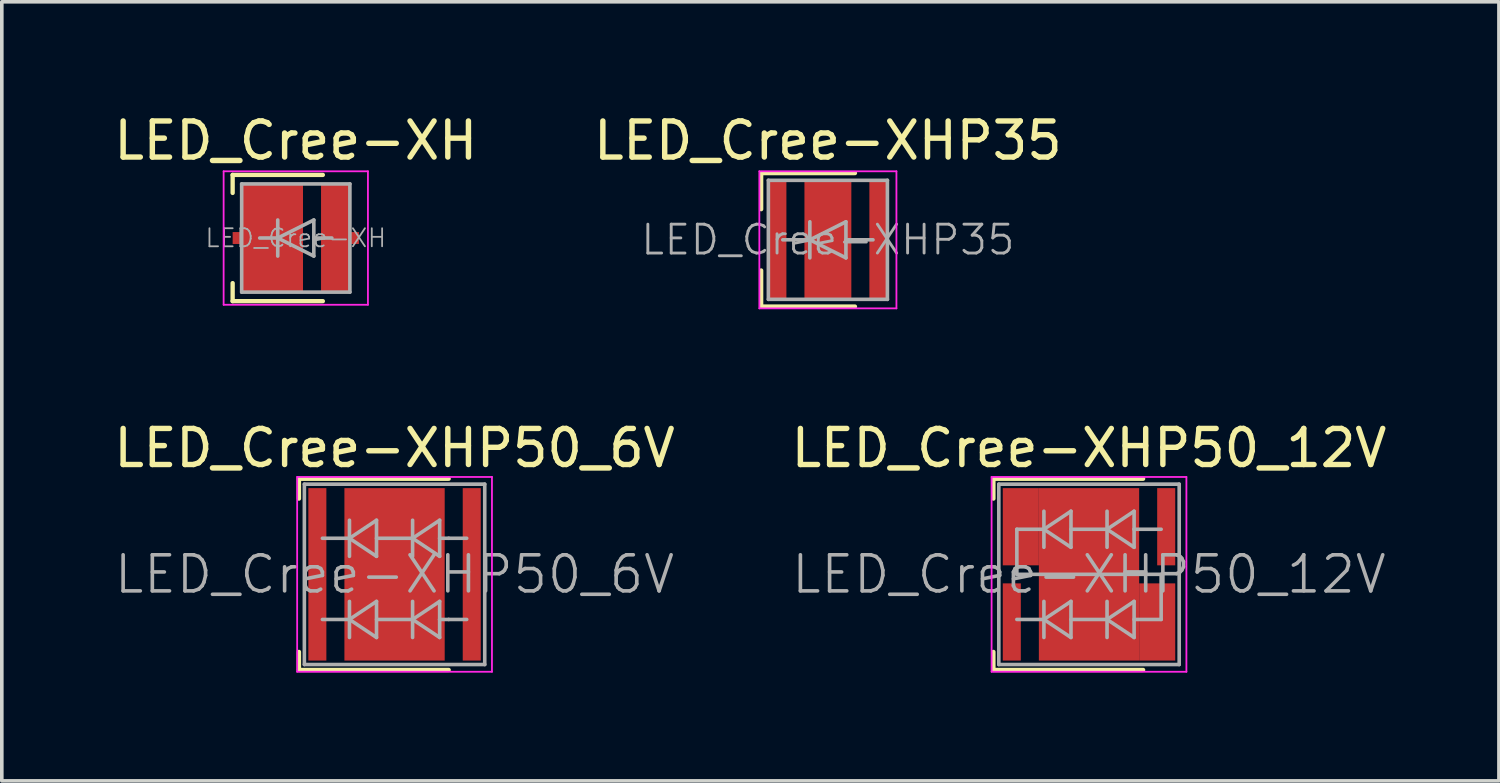
<source format=kicad_pcb>
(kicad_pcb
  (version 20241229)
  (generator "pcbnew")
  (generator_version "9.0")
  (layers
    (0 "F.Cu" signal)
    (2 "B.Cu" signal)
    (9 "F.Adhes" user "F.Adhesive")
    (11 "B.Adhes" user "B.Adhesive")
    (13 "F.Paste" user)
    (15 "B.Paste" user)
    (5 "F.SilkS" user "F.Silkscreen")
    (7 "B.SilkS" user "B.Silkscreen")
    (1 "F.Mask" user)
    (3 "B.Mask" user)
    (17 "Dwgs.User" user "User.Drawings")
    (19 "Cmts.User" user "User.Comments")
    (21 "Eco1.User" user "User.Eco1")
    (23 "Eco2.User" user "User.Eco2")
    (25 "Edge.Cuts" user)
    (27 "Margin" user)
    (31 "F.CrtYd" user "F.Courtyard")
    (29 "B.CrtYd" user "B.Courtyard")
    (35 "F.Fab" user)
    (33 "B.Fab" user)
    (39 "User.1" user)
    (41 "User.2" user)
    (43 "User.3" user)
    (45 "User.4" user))
  (footprint "LED_Cree-XHP50_12V"
    (layer "F.Cu")
    (at 27.137 12.871)
    (property "Reference" "LED_Cree-XHP50_12V" (at 0 -3.5 0) (layer "F.SilkS") (effects (font (size 1 1) (thickness 0.15))))
    (attr smd)
    (fp_line (start -2.65 -2.65) (end -2.65 -2.1) (stroke (width 0.12) (type solid)) (layer "F.SilkS"))
    (fp_line (start -2.65 2.65) (end -2.65 2.15) (stroke (width 0.12) (type solid)) (layer "F.SilkS"))
    (fp_line (start 1.5 -2.65) (end -2.65 -2.65) (stroke (width 0.12) (type solid)) (layer "F.SilkS"))
    (fp_line (start 1.5 2.65) (end -2.65 2.65) (stroke (width 0.12) (type solid)) (layer "F.SilkS"))
    (fp_line (start -2.7 -2.7) (end -2.7 2.7) (stroke (width 0.05) (type solid)) (layer "F.CrtYd"))
    (fp_line (start -2.7 2.7) (end 2.7 2.7) (stroke (width 0.05) (type solid)) (layer "F.CrtYd"))
    (fp_line (start 2.7 -2.7) (end -2.7 -2.7) (stroke (width 0.05) (type solid)) (layer "F.CrtYd"))
    (fp_line (start 2.7 2.7) (end 2.7 -2.7) (stroke (width 0.05) (type solid)) (layer "F.CrtYd"))
    (fp_line (start -2.5 -2.5) (end 2.5 -2.5) (stroke (width 0.1) (type solid)) (layer "F.Fab"))
    (fp_line (start -2.5 2.5) (end -2.5 -2.5) (stroke (width 0.1) (type solid)) (layer "F.Fab"))
    (fp_line (start -2 -1.25) (end -2 0) (stroke (width 0.1) (type solid)) (layer "F.Fab"))
    (fp_line (start -2 -1.25) (end -1.25 -1.25) (stroke (width 0.1) (type solid)) (layer "F.Fab"))
    (fp_line (start -2 0) (end 2 0) (stroke (width 0.1) (type solid)) (layer "F.Fab"))
    (fp_line (start -2 1.25) (end -1.25 1.25) (stroke (width 0.1) (type solid)) (layer "F.Fab"))
    (fp_line (start -1.25 -1.25) (end -1.25 -1.75) (stroke (width 0.1) (type solid)) (layer "F.Fab"))
    (fp_line (start -1.25 -1.25) (end -1.25 -0.75) (stroke (width 0.1) (type solid)) (layer "F.Fab"))
    (fp_line (start -1.25 -1.25) (end -0.5 -1.75) (stroke (width 0.1) (type solid)) (layer "F.Fab"))
    (fp_line (start -1.25 1.25) (end -1.25 0.75) (stroke (width 0.1) (type solid)) (layer "F.Fab"))
    (fp_line (start -1.25 1.25) (end -1.25 1.75) (stroke (width 0.1) (type solid)) (layer "F.Fab"))
    (fp_line (start -1.25 1.25) (end -0.5 0.75) (stroke (width 0.1) (type solid)) (layer "F.Fab"))
    (fp_line (start -0.5 -1.75) (end -0.5 -0.75) (stroke (width 0.1) (type solid)) (layer "F.Fab"))
    (fp_line (start -0.5 -1.25) (end 0.5 -1.25) (stroke (width 0.1) (type solid)) (layer "F.Fab"))
    (fp_line (start -0.5 -0.75) (end -1.25 -1.25) (stroke (width 0.1) (type solid)) (layer "F.Fab"))
    (fp_line (start -0.5 0.75) (end -0.5 1.75) (stroke (width 0.1) (type solid)) (layer "F.Fab"))
    (fp_line (start -0.5 1.25) (end 0.5 1.25) (stroke (width 0.1) (type solid)) (layer "F.Fab"))
    (fp_line (start -0.5 1.75) (end -1.25 1.25) (stroke (width 0.1) (type solid)) (layer "F.Fab"))
    (fp_line (start 0.5 -1.75) (end 0.5 -0.75) (stroke (width 0.1) (type solid)) (layer "F.Fab"))
    (fp_line (start 0.5 -1.25) (end 1.25 -0.75) (stroke (width 0.1) (type solid)) (layer "F.Fab"))
    (fp_line (start 0.5 0.75) (end 0.5 1.75) (stroke (width 0.1) (type solid)) (layer "F.Fab"))
    (fp_line (start 0.5 1.25) (end 1.25 1.75) (stroke (width 0.1) (type solid)) (layer "F.Fab"))
    (fp_line (start 1.25 -1.75) (end 0.5 -1.25) (stroke (width 0.1) (type solid)) (layer "F.Fab"))
    (fp_line (start 1.25 -1.25) (end 1.25 -1.75) (stroke (width 0.1) (type solid)) (layer "F.Fab"))
    (fp_line (start 1.25 -0.75) (end 1.25 -1.25) (stroke (width 0.1) (type solid)) (layer "F.Fab"))
    (fp_line (start 1.25 0.75) (end 0.5 1.25) (stroke (width 0.1) (type solid)) (layer "F.Fab"))
    (fp_line (start 1.25 0.75) (end 1.25 1.75) (stroke (width 0.1) (type solid)) (layer "F.Fab"))
    (fp_line (start 2 -1.25) (end 1.25 -1.25) (stroke (width 0.1) (type solid)) (layer "F.Fab"))
    (fp_line (start 2 0) (end 2 1.25) (stroke (width 0.1) (type solid)) (layer "F.Fab"))
    (fp_line (start 2 1.25) (end 1.25 1.25) (stroke (width 0.1) (type solid)) (layer "F.Fab"))
    (fp_line (start 2.5 -2.5) (end 2.5 2.5) (stroke (width 0.1) (type solid)) (layer "F.Fab"))
    (fp_line (start 2.5 2.5) (end -2.5 2.5) (stroke (width 0.1) (type solid)) (layer "F.Fab"))
    (fp_text user "${REFERENCE}" (at 0 0 0) (layer "F.Fab") (effects (font (size 1 1) (thickness 0.1))))
    (pad "" smd rect (at -2.14 -1.32) (size 0.5 2.14) (layers "F.Paste"))
    (pad "" smd rect (at -0.61 -1.575) (size 0.97 0.8) (layers "F.Paste"))
    (pad "" smd rect (at -0.61 -0.525) (size 0.97 0.8) (layers "F.Paste"))
    (pad "" smd rect (at -0.61 0.525) (size 0.97 0.8) (layers "F.Paste"))
    (pad "" smd rect (at -0.61 1.575) (size 0.97 0.8) (layers "F.Paste"))
    (pad "" smd rect (at 0.61 -1.575) (size 0.97 0.8) (layers "F.Paste"))
    (pad "" smd rect (at 0.61 -0.525) (size 0.97 0.8) (layers "F.Paste"))
    (pad "" smd rect (at 0.61 0.525) (size 0.97 0.8) (layers "F.Paste"))
    (pad "" smd rect (at 0.61 1.575) (size 0.97 0.8) (layers "F.Paste"))
    (pad "" smd rect (at 2.14 1.32) (size 0.5 2.14) (layers "F.Paste"))
    (pad "1" smd rect (at -2.14 1.32) (size 0.5 2.14) (layers "F.Cu" "F.Mask" "F.Paste"))
    (pad "2" smd rect (at 2.14 -1.32) (size 0.5 2.14) (layers "F.Cu" "F.Mask" "F.Paste"))
    (pad "3" smd rect (at -1.89 -1.32) (size 1 2.14) (layers "F.Cu" "F.Mask"))
    (pad "3" smd rect (at 0 0) (size 2.78 4.78) (layers "F.Cu" "F.Mask"))
    (pad "3" smd rect (at 1.89 1.32) (size 1 2.14) (layers "F.Cu" "F.Mask")))
  (footprint "LED_Cree-XHP50_6V"
    (layer "F.Cu")
    (at 7.887 12.871)
    (property "Reference" "LED_Cree-XHP50_6V" (at 0 -3.5 0) (layer "F.SilkS") (effects (font (size 1 1) (thickness 0.15))))
    (attr smd)
    (fp_line (start -2.65 -2.65) (end -2.65 -2.1) (stroke (width 0.12) (type solid)) (layer "F.SilkS"))
    (fp_line (start -2.65 2.65) (end -2.65 2.15) (stroke (width 0.12) (type solid)) (layer "F.SilkS"))
    (fp_line (start 1.5 -2.65) (end -2.65 -2.65) (stroke (width 0.12) (type solid)) (layer "F.SilkS"))
    (fp_line (start 1.5 2.65) (end -2.65 2.65) (stroke (width 0.12) (type solid)) (layer "F.SilkS"))
    (fp_line (start -2.7 -2.7) (end -2.7 2.7) (stroke (width 0.05) (type solid)) (layer "F.CrtYd"))
    (fp_line (start -2.7 2.7) (end 2.7 2.7) (stroke (width 0.05) (type solid)) (layer "F.CrtYd"))
    (fp_line (start 2.7 -2.7) (end -2.7 -2.7) (stroke (width 0.05) (type solid)) (layer "F.CrtYd"))
    (fp_line (start 2.7 2.7) (end 2.7 -2.7) (stroke (width 0.05) (type solid)) (layer "F.CrtYd"))
    (fp_line (start -2.5 -2.5) (end 2.5 -2.5) (stroke (width 0.1) (type solid)) (layer "F.Fab"))
    (fp_line (start -2.5 2.5) (end -2.5 -2.5) (stroke (width 0.1) (type solid)) (layer "F.Fab"))
    (fp_line (start -2 -1) (end -1.25 -1) (stroke (width 0.1) (type solid)) (layer "F.Fab"))
    (fp_line (start -2 1.25) (end -1.25 1.25) (stroke (width 0.1) (type solid)) (layer "F.Fab"))
    (fp_line (start -1.25 -1) (end -1.25 -1.5) (stroke (width 0.1) (type solid)) (layer "F.Fab"))
    (fp_line (start -1.25 -1) (end -1.25 -0.5) (stroke (width 0.1) (type solid)) (layer "F.Fab"))
    (fp_line (start -1.25 -1) (end -0.5 -1.5) (stroke (width 0.1) (type solid)) (layer "F.Fab"))
    (fp_line (start -1.25 1.25) (end -1.25 0.75) (stroke (width 0.1) (type solid)) (layer "F.Fab"))
    (fp_line (start -1.25 1.25) (end -1.25 1.75) (stroke (width 0.1) (type solid)) (layer "F.Fab"))
    (fp_line (start -1.25 1.25) (end -0.5 0.75) (stroke (width 0.1) (type solid)) (layer "F.Fab"))
    (fp_line (start -0.5 -1.5) (end -0.5 -0.5) (stroke (width 0.1) (type solid)) (layer "F.Fab"))
    (fp_line (start -0.5 -0.5) (end -1.25 -1) (stroke (width 0.1) (type solid)) (layer "F.Fab"))
    (fp_line (start -0.5 0.75) (end -0.5 1.75) (stroke (width 0.1) (type solid)) (layer "F.Fab"))
    (fp_line (start -0.5 1.75) (end -1.25 1.25) (stroke (width 0.1) (type solid)) (layer "F.Fab"))
    (fp_line (start 0.5 -1.5) (end 0.5 -0.5) (stroke (width 0.1) (type solid)) (layer "F.Fab"))
    (fp_line (start 0.5 -1) (end -0.5 -1) (stroke (width 0.1) (type solid)) (layer "F.Fab"))
    (fp_line (start 0.5 -1) (end 1.25 -0.5) (stroke (width 0.1) (type solid)) (layer "F.Fab"))
    (fp_line (start 0.5 0.75) (end 0.5 1.75) (stroke (width 0.1) (type solid)) (layer "F.Fab"))
    (fp_line (start 0.5 1.25) (end -0.5 1.25) (stroke (width 0.1) (type solid)) (layer "F.Fab"))
    (fp_line (start 0.5 1.25) (end 1.25 1.75) (stroke (width 0.1) (type solid)) (layer "F.Fab"))
    (fp_line (start 1.25 -1.5) (end 0.5 -1) (stroke (width 0.1) (type solid)) (layer "F.Fab"))
    (fp_line (start 1.25 -1) (end 1.25 -1.5) (stroke (width 0.1) (type solid)) (layer "F.Fab"))
    (fp_line (start 1.25 -0.5) (end 1.25 -1) (stroke (width 0.1) (type solid)) (layer "F.Fab"))
    (fp_line (start 1.25 0.75) (end 0.5 1.25) (stroke (width 0.1) (type solid)) (layer "F.Fab"))
    (fp_line (start 1.25 1.25) (end 1.25 0.75) (stroke (width 0.1) (type solid)) (layer "F.Fab"))
    (fp_line (start 1.25 1.75) (end 1.25 1.25) (stroke (width 0.1) (type solid)) (layer "F.Fab"))
    (fp_line (start 1.5 -1) (end 1.25 -1) (stroke (width 0.1) (type solid)) (layer "F.Fab"))
    (fp_line (start 1.5 -1) (end 2 -1) (stroke (width 0.1) (type solid)) (layer "F.Fab"))
    (fp_line (start 1.5 1.25) (end 1.25 1.25) (stroke (width 0.1) (type solid)) (layer "F.Fab"))
    (fp_line (start 1.5 1.25) (end 2 1.25) (stroke (width 0.1) (type solid)) (layer "F.Fab"))
    (fp_line (start 2.5 -2.5) (end 2.5 2.5) (stroke (width 0.1) (type solid)) (layer "F.Fab"))
    (fp_line (start 2.5 2.5) (end -2.5 2.5) (stroke (width 0.1) (type solid)) (layer "F.Fab"))
    (fp_text user "${REFERENCE}" (at 0 0 0) (layer "F.Fab") (effects (font (size 1 1) (thickness 0.1))))
    (pad "" smd rect (at -2.14 -1.32) (size 0.5 2.14) (layers "F.Paste"))
    (pad "" smd rect (at -2.14 1.32) (size 0.5 2.14) (layers "F.Paste"))
    (pad "" smd rect (at -0.61 -1.575) (size 0.97 0.8) (layers "F.Paste"))
    (pad "" smd rect (at -0.61 -0.525) (size 0.97 0.8) (layers "F.Paste"))
    (pad "" smd rect (at -0.61 0.525) (size 0.97 0.8) (layers "F.Paste"))
    (pad "" smd rect (at -0.61 1.575) (size 0.97 0.8) (layers "F.Paste"))
    (pad "" smd rect (at 0.61 -1.575) (size 0.97 0.8) (layers "F.Paste"))
    (pad "" smd rect (at 0.61 -0.525) (size 0.97 0.8) (layers "F.Paste"))
    (pad "" smd rect (at 0.61 0.525) (size 0.97 0.8) (layers "F.Paste"))
    (pad "" smd rect (at 0.61 1.575) (size 0.97 0.8) (layers "F.Paste"))
    (pad "" smd rect (at 2.14 -1.32) (size 0.5 2.14) (layers "F.Paste"))
    (pad "" smd rect (at 2.14 1.32) (size 0.5 2.14) (layers "F.Paste"))
    (pad "1" smd rect (at -2.14 0) (size 0.5 4.78) (layers "F.Cu" "F.Mask"))
    (pad "2" smd rect (at 2.14 0) (size 0.5 4.78) (layers "F.Cu" "F.Mask"))
    (pad "3" smd rect (at 0 0) (size 2.78 4.78) (layers "F.Cu" "F.Mask")))
  (footprint "LED_Cree-XHP35"
    (layer "F.Cu")
    (at 19.899 3.598)
    (property "Reference" "LED_Cree-XHP35" (at 0 -2.75 0) (layer "F.SilkS") (effects (font (size 1 1) (thickness 0.15))))
    (attr smd)
    (fp_line (start -1.85 -1.85) (end -1.85 -0.85) (stroke (width 0.12) (type solid)) (layer "F.SilkS"))
    (fp_line (start -1.85 1.85) (end -1.85 0.85) (stroke (width 0.12) (type solid)) (layer "F.SilkS"))
    (fp_line (start 0.75 -1.85) (end -1.85 -1.85) (stroke (width 0.12) (type solid)) (layer "F.SilkS"))
    (fp_line (start 0.75 1.85) (end -1.85 1.85) (stroke (width 0.12) (type solid)) (layer "F.SilkS"))
    (fp_line (start -1.9 -1.9) (end -1.9 1.9) (stroke (width 0.05) (type solid)) (layer "F.CrtYd"))
    (fp_line (start -1.9 1.9) (end 1.9 1.9) (stroke (width 0.05) (type solid)) (layer "F.CrtYd"))
    (fp_line (start 1.9 -1.9) (end -1.9 -1.9) (stroke (width 0.05) (type solid)) (layer "F.CrtYd"))
    (fp_line (start 1.9 1.9) (end 1.9 -1.9) (stroke (width 0.05) (type solid)) (layer "F.CrtYd"))
    (fp_line (start -1.65 -1.65) (end 1.65 -1.65) (stroke (width 0.1) (type solid)) (layer "F.Fab"))
    (fp_line (start -1.65 1.65) (end -1.65 -1.65) (stroke (width 0.1) (type solid)) (layer "F.Fab"))
    (fp_line (start -1.25 0) (end -0.5 0) (stroke (width 0.1) (type solid)) (layer "F.Fab"))
    (fp_line (start -0.5 -0.5) (end -0.5 0.5) (stroke (width 0.1) (type solid)) (layer "F.Fab"))
    (fp_line (start -0.5 0) (end 0.5 -0.5) (stroke (width 0.1) (type solid)) (layer "F.Fab"))
    (fp_line (start 0.5 -0.5) (end 0.5 0.5) (stroke (width 0.1) (type solid)) (layer "F.Fab"))
    (fp_line (start 0.5 0.5) (end -0.5 0) (stroke (width 0.1) (type solid)) (layer "F.Fab"))
    (fp_line (start 1.25 0) (end 0.5 0) (stroke (width 0.1) (type solid)) (layer "F.Fab"))
    (fp_line (start 1.65 -1.65) (end 1.65 1.65) (stroke (width 0.1) (type solid)) (layer "F.Fab"))
    (fp_line (start 1.65 1.65) (end -1.65 1.65) (stroke (width 0.1) (type solid)) (layer "F.Fab"))
    (fp_text user "${REFERENCE}" (at 0 0 0) (layer "F.Fab") (effects (font (size 0.8 0.8) (thickness 0.08))))
    (pad "" smd rect (at 0 -1) (size 1.01 0.75) (layers "F.Paste"))
    (pad "" smd rect (at 0 0) (size 1.01 0.75) (layers "F.Paste"))
    (pad "" smd rect (at 0 1) (size 1.01 0.75) (layers "F.Paste"))
    (pad "1" smd rect (at -1.4 0) (size 0.5 3.3) (layers "F.Cu" "F.Mask" "F.Paste"))
    (pad "2" smd rect (at 1.4 0) (size 0.5 3.3) (layers "F.Cu" "F.Mask" "F.Paste"))
    (pad "3" smd rect (at 0 0) (size 1.3 3.3) (layers "F.Cu" "F.Mask")))
  (footprint "LED_Cree-XH"
    (layer "F.Cu")
    (at 5.149 3.548)
    (property "Reference" "LED_Cree-XH" (at 0 -2.7 0) (layer "F.SilkS") (effects (font (size 1 1) (thickness 0.15))))
    (attr smd)
    (fp_line (start -1.75 -1.75) (end -1.75 -1.25) (stroke (width 0.12) (type solid)) (layer "F.SilkS"))
    (fp_line (start -1.75 1.25) (end -1.75 1.75) (stroke (width 0.12) (type solid)) (layer "F.SilkS"))
    (fp_line (start -1.75 1.75) (end 0.75 1.75) (stroke (width 0.12) (type solid)) (layer "F.SilkS"))
    (fp_line (start 0.75 -1.75) (end -1.75 -1.75) (stroke (width 0.12) (type solid)) (layer "F.SilkS"))
    (fp_line (start -2 -1.85) (end -2 1.85) (stroke (width 0.05) (type solid)) (layer "F.CrtYd"))
    (fp_line (start -2 1.85) (end 2 1.85) (stroke (width 0.05) (type solid)) (layer "F.CrtYd"))
    (fp_line (start 2 -1.85) (end -2 -1.85) (stroke (width 0.05) (type solid)) (layer "F.CrtYd"))
    (fp_line (start 2 1.85) (end 2 -1.85) (stroke (width 0.05) (type solid)) (layer "F.CrtYd"))
    (fp_line (start -1.5 -1.5) (end 1.5 -1.5) (stroke (width 0.1) (type solid)) (layer "F.Fab"))
    (fp_line (start -1.5 1.5) (end -1.5 -1.5) (stroke (width 0.1) (type solid)) (layer "F.Fab"))
    (fp_line (start -1 0) (end -0.5 0) (stroke (width 0.1) (type solid)) (layer "F.Fab"))
    (fp_line (start -0.5 -0.5) (end -0.5 0.5) (stroke (width 0.1) (type solid)) (layer "F.Fab"))
    (fp_line (start -0.5 0) (end 0.5 -0.5) (stroke (width 0.1) (type solid)) (layer "F.Fab"))
    (fp_line (start 0.5 -0.5) (end 0.5 0.5) (stroke (width 0.1) (type solid)) (layer "F.Fab"))
    (fp_line (start 0.5 0.5) (end -0.5 0) (stroke (width 0.1) (type solid)) (layer "F.Fab"))
    (fp_line (start 1 0) (end 0.5 0) (stroke (width 0.1) (type solid)) (layer "F.Fab"))
    (fp_line (start 1.5 -1.5) (end 1.5 1.5) (stroke (width 0.1) (type solid)) (layer "F.Fab"))
    (fp_line (start 1.5 1.5) (end -1.5 1.5) (stroke (width 0.1) (type solid)) (layer "F.Fab"))
    (fp_text user "${REFERENCE}" (at 0 0 0) (layer "F.Fab") (effects (font (size 0.5 0.5) (thickness 0.05))))
    (pad "" smd rect (at -0.65 -0.75) (size 1.35 1.2) (layers "F.Paste"))
    (pad "" smd rect (at -0.65 0.75) (size 1.35 1.2) (layers "F.Paste"))
    (pad "" smd rect (at 1.1 -0.75) (size 0.7 1.2) (layers "F.Paste"))
    (pad "" smd rect (at 1.1 0.75) (size 0.7 1.2) (layers "F.Paste"))
    (pad "1" smd rect (at -1.5 0) (size 0.5 0.33) (layers "F.Cu" "F.Mask"))
    (pad "1" smd rect (at -0.65 0) (size 1.7 3) (layers "F.Cu" "F.Mask"))
    (pad "2" smd rect (at 1.1 0) (size 0.8 3) (layers "F.Cu" "F.Mask"))
    (pad "2" smd rect (at 1.5 0) (size 0.5 0.33) (layers "F.Cu" "F.Mask")))
  (gr_rect
    (start -3 -3)
    (end 38.5 18.596)
    (stroke (width 0.1) (type default))
    (fill no)
    (layer "Edge.Cuts")))
</source>
